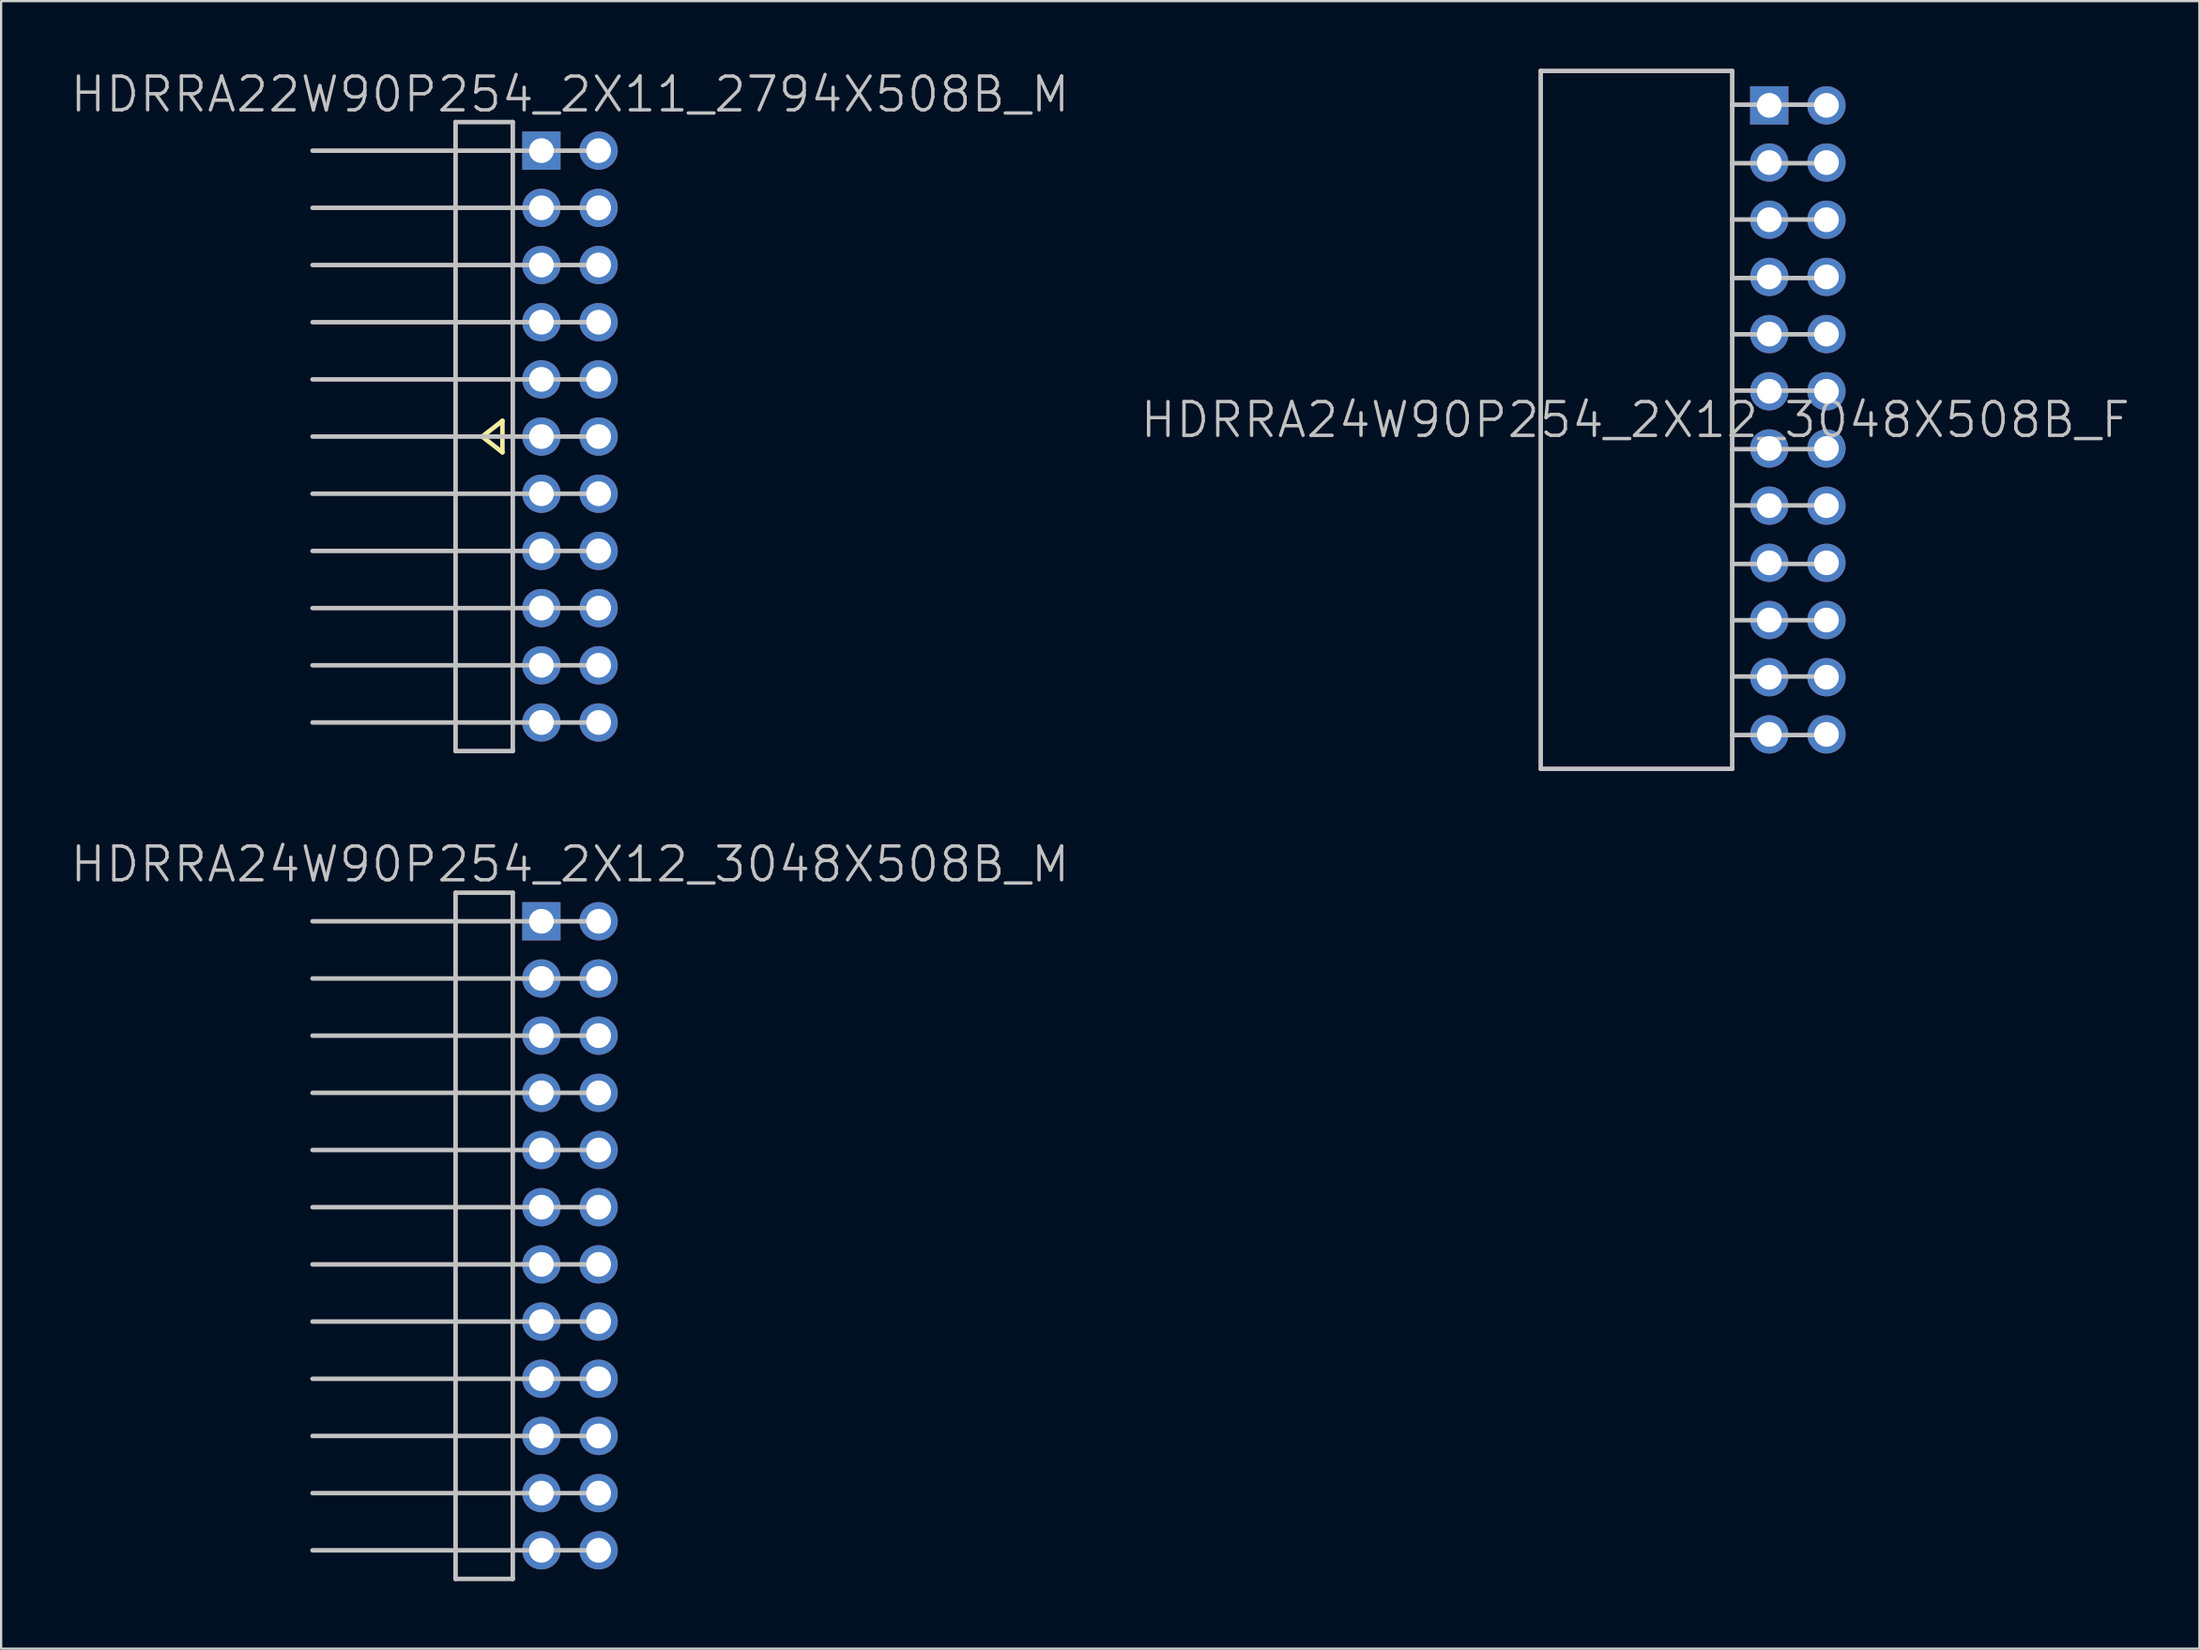
<source format=kicad_pcb>
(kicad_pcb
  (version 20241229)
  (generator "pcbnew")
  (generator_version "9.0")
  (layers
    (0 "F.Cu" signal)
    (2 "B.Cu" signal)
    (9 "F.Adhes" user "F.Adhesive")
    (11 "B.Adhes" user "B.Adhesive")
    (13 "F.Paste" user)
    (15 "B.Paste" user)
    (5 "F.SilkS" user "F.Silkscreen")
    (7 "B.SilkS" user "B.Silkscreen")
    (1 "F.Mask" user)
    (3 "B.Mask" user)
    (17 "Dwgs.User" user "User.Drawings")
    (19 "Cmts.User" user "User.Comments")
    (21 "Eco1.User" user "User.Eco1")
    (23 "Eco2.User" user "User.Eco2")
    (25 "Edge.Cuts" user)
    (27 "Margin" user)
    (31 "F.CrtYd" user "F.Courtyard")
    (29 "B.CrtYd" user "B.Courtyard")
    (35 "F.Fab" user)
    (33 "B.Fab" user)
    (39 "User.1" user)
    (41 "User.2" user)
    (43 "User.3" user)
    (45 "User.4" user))
  (footprint "HDRRA24W90P254_2X12_3048X508B_F"
    (layer "F.Cu")
    (at 71.846 15.6)
    (property "Reference" "HDRRA24W90P254_2X12_3048X508B_F" (at -2.3 0 180) (layer "Dwgs.User") (effects (font (size 1.5 1.5) (thickness 0.15))))
    (attr through_hole)
    (fp_line (start -6.5 -15.5) (end -6.5 15.5) (stroke (width 0.2) (type solid)) (layer "Dwgs.User"))
    (fp_line (start 2 -15.5) (end -6.5 -15.5) (stroke (width 0.2) (type solid)) (layer "Dwgs.User"))
    (fp_line (start 2 -15.5) (end 2 15.5) (stroke (width 0.2) (type solid)) (layer "Dwgs.User"))
    (fp_line (start 2 15.5) (end -6.5 15.5) (stroke (width 0.2) (type solid)) (layer "Dwgs.User"))
    (fp_line (start 6.2 -14) (end 2 -14) (stroke (width 0.2) (type solid)) (layer "Dwgs.User"))
    (fp_line (start 6.2 -11.4) (end 2 -11.4) (stroke (width 0.2) (type solid)) (layer "Dwgs.User"))
    (fp_line (start 6.2 -8.9) (end 2 -8.9) (stroke (width 0.2) (type solid)) (layer "Dwgs.User"))
    (fp_line (start 6.2 -6.3) (end 2 -6.3) (stroke (width 0.2) (type solid)) (layer "Dwgs.User"))
    (fp_line (start 6.2 -3.8) (end 2 -3.8) (stroke (width 0.2) (type solid)) (layer "Dwgs.User"))
    (fp_line (start 6.2 -1.3) (end 2 -1.3) (stroke (width 0.2) (type solid)) (layer "Dwgs.User"))
    (fp_line (start 6.2 1.3) (end 2 1.3) (stroke (width 0.2) (type solid)) (layer "Dwgs.User"))
    (fp_line (start 6.2 3.8) (end 2 3.8) (stroke (width 0.2) (type solid)) (layer "Dwgs.User"))
    (fp_line (start 6.2 6.4) (end 2 6.4) (stroke (width 0.2) (type solid)) (layer "Dwgs.User"))
    (fp_line (start 6.2 8.9) (end 2 8.9) (stroke (width 0.2) (type solid)) (layer "Dwgs.User"))
    (fp_line (start 6.2 11.4) (end 2 11.4) (stroke (width 0.2) (type solid)) (layer "Dwgs.User"))
    (fp_line (start 6.2 14) (end 2 14) (stroke (width 0.2) (type solid)) (layer "Dwgs.User"))
    (pad "1" thru_hole rect (at 3.645 -13.97) (size 1.7 1.7) (drill 1.1) (layers "*.Cu" "*.Mask"))
    (pad "2" thru_hole circle (at 6.185 -13.97 270) (size 1.7 1.7) (drill 1.1) (layers "*.Cu" "*.Mask"))
    (pad "3" thru_hole circle (at 3.645 -11.43 270) (size 1.7 1.7) (drill 1.1) (layers "*.Cu" "*.Mask"))
    (pad "4" thru_hole circle (at 6.185 -11.43 270) (size 1.7 1.7) (drill 1.1) (layers "*.Cu" "*.Mask"))
    (pad "5" thru_hole circle (at 3.645 -8.89 270) (size 1.7 1.7) (drill 1.1) (layers "*.Cu" "*.Mask"))
    (pad "6" thru_hole circle (at 6.185 -8.89 270) (size 1.7 1.7) (drill 1.1) (layers "*.Cu" "*.Mask"))
    (pad "7" thru_hole circle (at 3.645 -6.35 270) (size 1.7 1.7) (drill 1.1) (layers "*.Cu" "*.Mask"))
    (pad "8" thru_hole circle (at 6.185 -6.35 270) (size 1.7 1.7) (drill 1.1) (layers "*.Cu" "*.Mask"))
    (pad "9" thru_hole circle (at 3.645 -3.81 270) (size 1.7 1.7) (drill 1.1) (layers "*.Cu" "*.Mask"))
    (pad "10" thru_hole circle (at 6.185 -3.81 270) (size 1.7 1.7) (drill 1.1) (layers "*.Cu" "*.Mask"))
    (pad "11" thru_hole circle (at 3.645 -1.27 270) (size 1.7 1.7) (drill 1.1) (layers "*.Cu" "*.Mask"))
    (pad "12" thru_hole circle (at 6.185 -1.27 270) (size 1.7 1.7) (drill 1.1) (layers "*.Cu" "*.Mask"))
    (pad "13" thru_hole circle (at 3.645 1.27 270) (size 1.7 1.7) (drill 1.1) (layers "*.Cu" "*.Mask"))
    (pad "14" thru_hole circle (at 6.185 1.27 270) (size 1.7 1.7) (drill 1.1) (layers "*.Cu" "*.Mask"))
    (pad "15" thru_hole circle (at 3.645 3.81 270) (size 1.7 1.7) (drill 1.1) (layers "*.Cu" "*.Mask"))
    (pad "16" thru_hole circle (at 6.185 3.81 270) (size 1.7 1.7) (drill 1.1) (layers "*.Cu" "*.Mask"))
    (pad "17" thru_hole circle (at 3.645 6.35 270) (size 1.7 1.7) (drill 1.1) (layers "*.Cu" "*.Mask"))
    (pad "18" thru_hole circle (at 6.185 6.35 270) (size 1.7 1.7) (drill 1.1) (layers "*.Cu" "*.Mask"))
    (pad "19" thru_hole circle (at 3.645 8.89 270) (size 1.7 1.7) (drill 1.1) (layers "*.Cu" "*.Mask"))
    (pad "20" thru_hole circle (at 6.185 8.89 270) (size 1.7 1.7) (drill 1.1) (layers "*.Cu" "*.Mask"))
    (pad "21" thru_hole circle (at 3.645 11.43 270) (size 1.7 1.7) (drill 1.1) (layers "*.Cu" "*.Mask"))
    (pad "22" thru_hole circle (at 6.185 11.43 270) (size 1.7 1.7) (drill 1.1) (layers "*.Cu" "*.Mask"))
    (pad "23" thru_hole circle (at 3.645 13.97 270) (size 1.7 1.7) (drill 1.1) (layers "*.Cu" "*.Mask"))
    (pad "24" thru_hole circle (at 6.185 13.97 270) (size 1.7 1.7) (drill 1.1) (layers "*.Cu" "*.Mask")))
  (footprint "HDRRA24W90P254_2X12_3048X508B_M"
    (layer "F.Cu")
    (at 22.254 51.841)
    (property "Reference" "HDRRA24W90P254_2X12_3048X508B_M" (at 0 -16.5 180) (layer "Dwgs.User") (effects (font (size 1.5 1.5) (thickness 0.15))))
    (attr through_hole)
    (fp_line (start -11.43 -8.89) (end 1.27 -8.89) (stroke (width 0.2) (type solid)) (layer "Dwgs.User"))
    (fp_line (start -5.08 -15.24) (end -2.54 -15.24) (stroke (width 0.2) (type solid)) (layer "Dwgs.User"))
    (fp_line (start -5.08 15.24) (end -5.08 -15.24) (stroke (width 0.2) (type solid)) (layer "Dwgs.User"))
    (fp_line (start -2.54 -15.24) (end -2.54 15.24) (stroke (width 0.2) (type solid)) (layer "Dwgs.User"))
    (fp_line (start -2.54 15.24) (end -5.08 15.24) (stroke (width 0.2) (type solid)) (layer "Dwgs.User"))
    (fp_line (start 1.27 -13.97) (end -11.43 -13.97) (stroke (width 0.2) (type solid)) (layer "Dwgs.User"))
    (fp_line (start 1.27 -11.43) (end -11.43 -11.43) (stroke (width 0.2) (type solid)) (layer "Dwgs.User"))
    (fp_line (start 1.27 -6.35) (end -11.43 -6.35) (stroke (width 0.2) (type solid)) (layer "Dwgs.User"))
    (fp_line (start 1.27 -3.81) (end -11.43 -3.81) (stroke (width 0.2) (type solid)) (layer "Dwgs.User"))
    (fp_line (start 1.27 -1.27) (end -11.43 -1.27) (stroke (width 0.2) (type solid)) (layer "Dwgs.User"))
    (fp_line (start 1.27 1.27) (end -11.43 1.27) (stroke (width 0.2) (type solid)) (layer "Dwgs.User"))
    (fp_line (start 1.27 3.81) (end -11.43 3.81) (stroke (width 0.2) (type solid)) (layer "Dwgs.User"))
    (fp_line (start 1.27 6.35) (end -11.43 6.35) (stroke (width 0.2) (type solid)) (layer "Dwgs.User"))
    (fp_line (start 1.27 8.89) (end -11.43 8.89) (stroke (width 0.2) (type solid)) (layer "Dwgs.User"))
    (fp_line (start 1.27 11.43) (end -11.43 11.43) (stroke (width 0.2) (type solid)) (layer "Dwgs.User"))
    (fp_line (start 1.27 13.97) (end -11.43 13.97) (stroke (width 0.2) (type solid)) (layer "Dwgs.User"))
    (pad "1" thru_hole rect (at -1.27 -13.97) (size 1.7 1.7) (drill 1.1) (layers "*.Cu" "*.Mask"))
    (pad "2" thru_hole circle (at 1.27 -13.97 270) (size 1.7 1.7) (drill 1.1) (layers "*.Cu" "*.Mask"))
    (pad "3" thru_hole circle (at -1.27 -11.43 270) (size 1.7 1.7) (drill 1.1) (layers "*.Cu" "*.Mask"))
    (pad "4" thru_hole circle (at 1.27 -11.43 270) (size 1.7 1.7) (drill 1.1) (layers "*.Cu" "*.Mask"))
    (pad "5" thru_hole circle (at -1.27 -8.89 270) (size 1.7 1.7) (drill 1.1) (layers "*.Cu" "*.Mask"))
    (pad "6" thru_hole circle (at 1.27 -8.89 270) (size 1.7 1.7) (drill 1.1) (layers "*.Cu" "*.Mask"))
    (pad "7" thru_hole circle (at -1.27 -6.35 270) (size 1.7 1.7) (drill 1.1) (layers "*.Cu" "*.Mask"))
    (pad "8" thru_hole circle (at 1.27 -6.35 270) (size 1.7 1.7) (drill 1.1) (layers "*.Cu" "*.Mask"))
    (pad "9" thru_hole circle (at -1.27 -3.81 270) (size 1.7 1.7) (drill 1.1) (layers "*.Cu" "*.Mask"))
    (pad "10" thru_hole circle (at 1.27 -3.81 270) (size 1.7 1.7) (drill 1.1) (layers "*.Cu" "*.Mask"))
    (pad "11" thru_hole circle (at -1.27 -1.27 270) (size 1.7 1.7) (drill 1.1) (layers "*.Cu" "*.Mask"))
    (pad "12" thru_hole circle (at 1.27 -1.27 270) (size 1.7 1.7) (drill 1.1) (layers "*.Cu" "*.Mask"))
    (pad "13" thru_hole circle (at -1.27 1.27 270) (size 1.7 1.7) (drill 1.1) (layers "*.Cu" "*.Mask"))
    (pad "14" thru_hole circle (at 1.27 1.27 270) (size 1.7 1.7) (drill 1.1) (layers "*.Cu" "*.Mask"))
    (pad "15" thru_hole circle (at -1.27 3.81 270) (size 1.7 1.7) (drill 1.1) (layers "*.Cu" "*.Mask"))
    (pad "16" thru_hole circle (at 1.27 3.81 270) (size 1.7 1.7) (drill 1.1) (layers "*.Cu" "*.Mask"))
    (pad "17" thru_hole circle (at -1.27 6.35 270) (size 1.7 1.7) (drill 1.1) (layers "*.Cu" "*.Mask"))
    (pad "18" thru_hole circle (at 1.27 6.35 270) (size 1.7 1.7) (drill 1.1) (layers "*.Cu" "*.Mask"))
    (pad "19" thru_hole circle (at -1.27 8.89 270) (size 1.7 1.7) (drill 1.1) (layers "*.Cu" "*.Mask"))
    (pad "20" thru_hole circle (at 1.27 8.89 270) (size 1.7 1.7) (drill 1.1) (layers "*.Cu" "*.Mask"))
    (pad "21" thru_hole circle (at -1.27 11.43 270) (size 1.7 1.7) (drill 1.1) (layers "*.Cu" "*.Mask"))
    (pad "22" thru_hole circle (at 1.27 11.43 270) (size 1.7 1.7) (drill 1.1) (layers "*.Cu" "*.Mask"))
    (pad "23" thru_hole circle (at -1.27 13.97 270) (size 1.7 1.7) (drill 1.1) (layers "*.Cu" "*.Mask"))
    (pad "24" thru_hole circle (at 1.27 13.97 270) (size 1.7 1.7) (drill 1.1) (layers "*.Cu" "*.Mask")))
  (footprint "HDRRA22W90P254_2X11_2794X508B_M"
    (layer "F.Cu")
    (at 22.254 16.341)
    (property "Reference" "HDRRA22W90P254_2X11_2794X508B_M" (at 0 -15.2 180) (layer "Dwgs.User") (effects (font (size 1.5 1.5) (thickness 0.15))))
    (attr through_hole)
    (fp_line (start -3.9 0) (end -3 0.7) (stroke (width 0.2) (type solid)) (layer "F.SilkS"))
    (fp_line (start -3 -0.7) (end -3.9 0) (stroke (width 0.2) (type solid)) (layer "F.SilkS"))
    (fp_line (start -3 0) (end -3 -0.7) (stroke (width 0.2) (type solid)) (layer "F.SilkS"))
    (fp_line (start -3 0.7) (end -3 0) (stroke (width 0.2) (type solid)) (layer "F.SilkS"))
    (fp_line (start -11.43 -7.62) (end 1.27 -7.62) (stroke (width 0.2) (type solid)) (layer "Dwgs.User"))
    (fp_line (start -5.08 -13.97) (end -2.54 -13.97) (stroke (width 0.2) (type solid)) (layer "Dwgs.User"))
    (fp_line (start -5.08 13.97) (end -5.08 -13.97) (stroke (width 0.2) (type solid)) (layer "Dwgs.User"))
    (fp_line (start -2.54 -13.97) (end -2.54 13.97) (stroke (width 0.2) (type solid)) (layer "Dwgs.User"))
    (fp_line (start -2.54 13.97) (end -5.08 13.97) (stroke (width 0.2) (type solid)) (layer "Dwgs.User"))
    (fp_line (start 1.27 -12.7) (end -11.43 -12.7) (stroke (width 0.2) (type solid)) (layer "Dwgs.User"))
    (fp_line (start 1.27 -10.16) (end -11.43 -10.16) (stroke (width 0.2) (type solid)) (layer "Dwgs.User"))
    (fp_line (start 1.27 -5.08) (end -11.43 -5.08) (stroke (width 0.2) (type solid)) (layer "Dwgs.User"))
    (fp_line (start 1.27 -2.54) (end -11.43 -2.54) (stroke (width 0.2) (type solid)) (layer "Dwgs.User"))
    (fp_line (start 1.27 0) (end -11.43 0) (stroke (width 0.2) (type solid)) (layer "Dwgs.User"))
    (fp_line (start 1.27 2.54) (end -11.43 2.54) (stroke (width 0.2) (type solid)) (layer "Dwgs.User"))
    (fp_line (start 1.27 5.08) (end -11.43 5.08) (stroke (width 0.2) (type solid)) (layer "Dwgs.User"))
    (fp_line (start 1.27 7.62) (end -11.43 7.62) (stroke (width 0.2) (type solid)) (layer "Dwgs.User"))
    (fp_line (start 1.27 10.16) (end -11.43 10.16) (stroke (width 0.2) (type solid)) (layer "Dwgs.User"))
    (fp_line (start 1.27 12.7) (end -11.43 12.7) (stroke (width 0.2) (type solid)) (layer "Dwgs.User"))
    (pad "1" thru_hole rect (at -1.27 -12.7) (size 1.7 1.7) (drill 1.1) (layers "*.Cu" "*.Mask"))
    (pad "2" thru_hole circle (at 1.27 -12.7 270) (size 1.7 1.7) (drill 1.1) (layers "*.Cu" "*.Mask"))
    (pad "3" thru_hole circle (at -1.27 -10.16 270) (size 1.7 1.7) (drill 1.1) (layers "*.Cu" "*.Mask"))
    (pad "4" thru_hole circle (at 1.27 -10.16 270) (size 1.7 1.7) (drill 1.1) (layers "*.Cu" "*.Mask"))
    (pad "5" thru_hole circle (at -1.27 -7.62 270) (size 1.7 1.7) (drill 1.1) (layers "*.Cu" "*.Mask"))
    (pad "6" thru_hole circle (at 1.27 -7.62 270) (size 1.7 1.7) (drill 1.1) (layers "*.Cu" "*.Mask"))
    (pad "7" thru_hole circle (at -1.27 -5.08 270) (size 1.7 1.7) (drill 1.1) (layers "*.Cu" "*.Mask"))
    (pad "8" thru_hole circle (at 1.27 -5.08 270) (size 1.7 1.7) (drill 1.1) (layers "*.Cu" "*.Mask"))
    (pad "9" thru_hole circle (at -1.27 -2.54 270) (size 1.7 1.7) (drill 1.1) (layers "*.Cu" "*.Mask"))
    (pad "10" thru_hole circle (at 1.27 -2.54 270) (size 1.7 1.7) (drill 1.1) (layers "*.Cu" "*.Mask"))
    (pad "11" thru_hole circle (at -1.27 0 270) (size 1.7 1.7) (drill 1.1) (layers "*.Cu" "*.Mask"))
    (pad "12" thru_hole circle (at 1.27 0 270) (size 1.7 1.7) (drill 1.1) (layers "*.Cu" "*.Mask"))
    (pad "13" thru_hole circle (at -1.27 2.54 270) (size 1.7 1.7) (drill 1.1) (layers "*.Cu" "*.Mask"))
    (pad "14" thru_hole circle (at 1.27 2.54 270) (size 1.7 1.7) (drill 1.1) (layers "*.Cu" "*.Mask"))
    (pad "15" thru_hole circle (at -1.27 5.08 270) (size 1.7 1.7) (drill 1.1) (layers "*.Cu" "*.Mask"))
    (pad "16" thru_hole circle (at 1.27 5.08 270) (size 1.7 1.7) (drill 1.1) (layers "*.Cu" "*.Mask"))
    (pad "17" thru_hole circle (at -1.27 7.62 270) (size 1.7 1.7) (drill 1.1) (layers "*.Cu" "*.Mask"))
    (pad "18" thru_hole circle (at 1.27 7.62 270) (size 1.7 1.7) (drill 1.1) (layers "*.Cu" "*.Mask"))
    (pad "19" thru_hole circle (at -1.27 10.16 270) (size 1.7 1.7) (drill 1.1) (layers "*.Cu" "*.Mask"))
    (pad "20" thru_hole circle (at 1.27 10.16 270) (size 1.7 1.7) (drill 1.1) (layers "*.Cu" "*.Mask"))
    (pad "21" thru_hole circle (at -1.27 12.7 270) (size 1.7 1.7) (drill 1.1) (layers "*.Cu" "*.Mask"))
    (pad "22" thru_hole circle (at 1.27 12.7 270) (size 1.7 1.7) (drill 1.1) (layers "*.Cu" "*.Mask")))
  (gr_rect
    (start -3 -3)
    (end 94.586 70.181)
    (stroke (width 0.1) (type default))
    (fill no)
    (layer "Edge.Cuts")))
</source>
